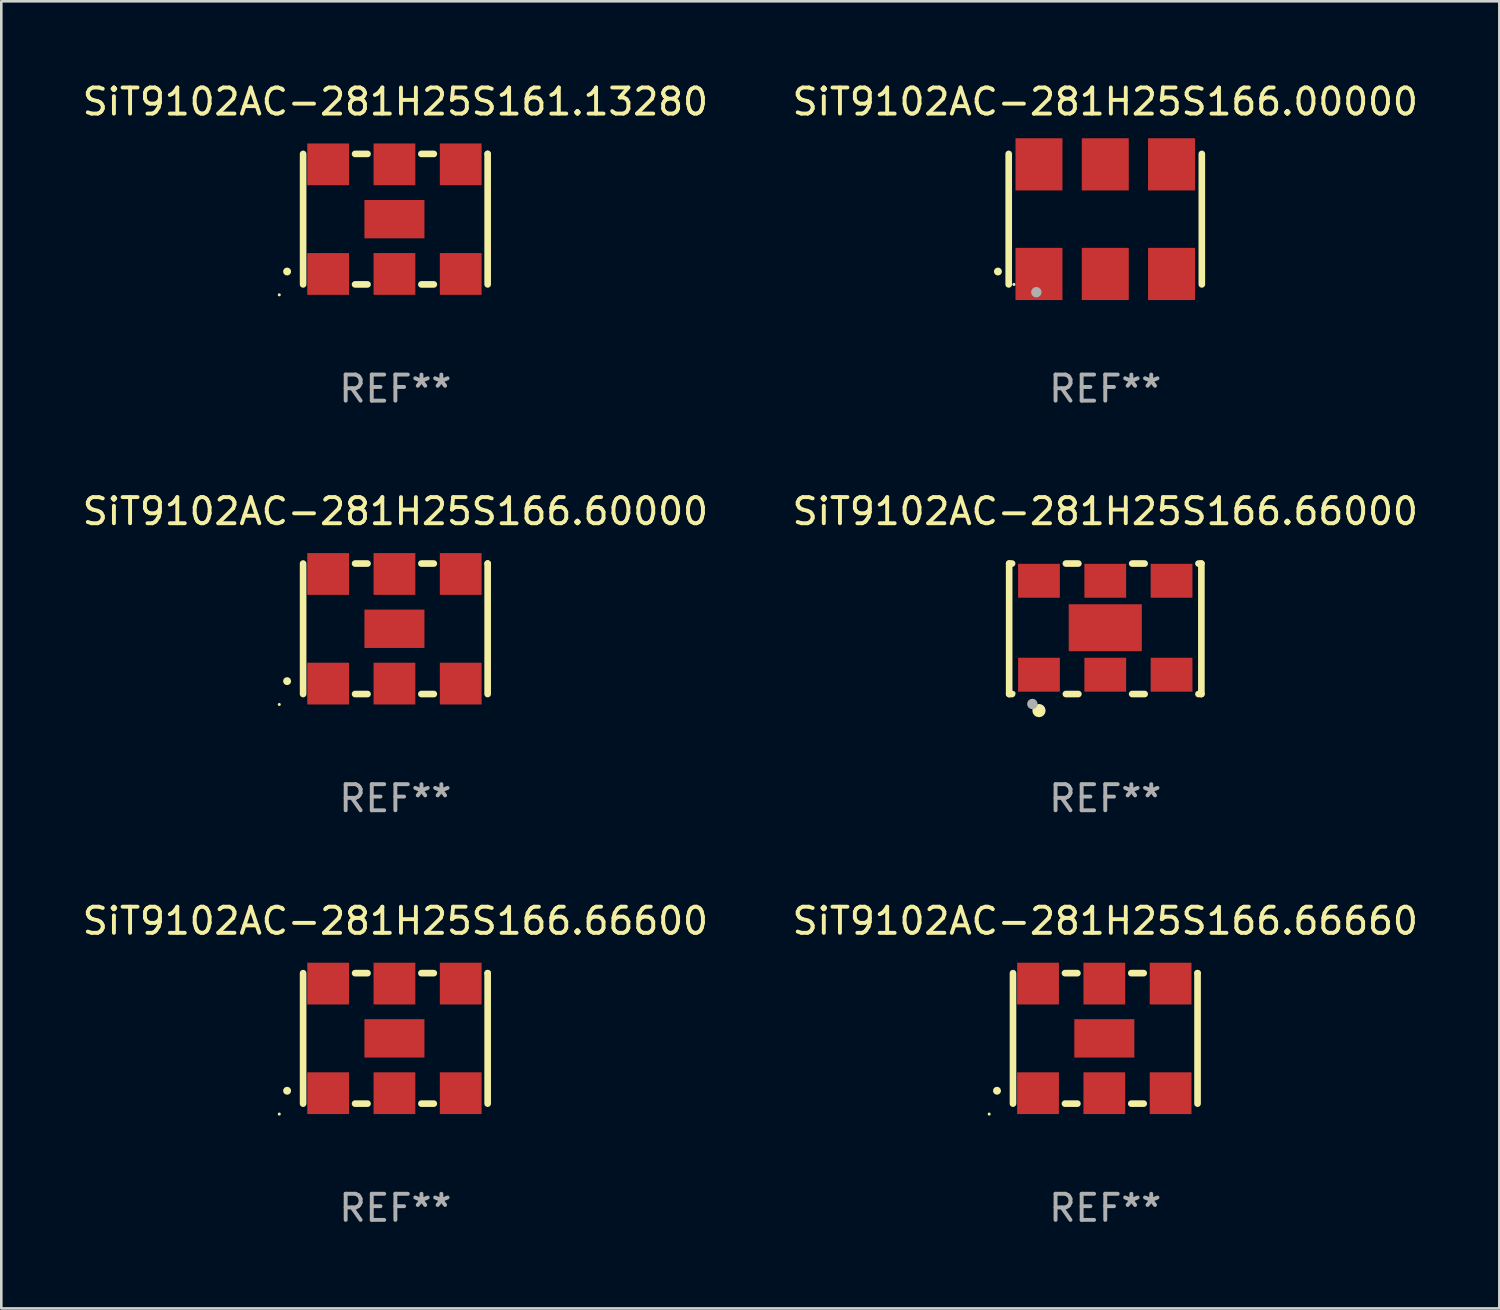
<source format=kicad_pcb>
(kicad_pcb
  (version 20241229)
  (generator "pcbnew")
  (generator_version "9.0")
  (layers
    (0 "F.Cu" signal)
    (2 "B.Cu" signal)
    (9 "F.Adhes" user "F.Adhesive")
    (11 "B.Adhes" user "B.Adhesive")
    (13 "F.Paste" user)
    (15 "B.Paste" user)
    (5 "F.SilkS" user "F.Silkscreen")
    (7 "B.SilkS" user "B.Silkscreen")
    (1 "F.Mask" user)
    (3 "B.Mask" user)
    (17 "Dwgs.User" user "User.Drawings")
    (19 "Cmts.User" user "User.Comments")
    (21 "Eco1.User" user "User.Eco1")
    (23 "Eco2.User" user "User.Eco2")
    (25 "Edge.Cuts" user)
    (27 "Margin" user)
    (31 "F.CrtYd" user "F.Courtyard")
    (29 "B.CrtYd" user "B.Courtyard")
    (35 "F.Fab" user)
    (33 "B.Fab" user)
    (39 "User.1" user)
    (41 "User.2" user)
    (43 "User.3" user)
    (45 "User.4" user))
  (footprint "SiT9102AC-281H25S166.66600"
    (layer "F.Cu")
    (at 12.101 36.741)
    (property "Reference" "SiT9102AC-281H25S166.66600" (at 0 -4.5 0) (layer "F.SilkS") (effects (font (size 1 1) (thickness 0.15))))
    (attr through_hole)
    (fp_line (start -3.536 -2.5) (end -3.536 2.5) (stroke (width 0.254) (type solid)) (layer "F.SilkS"))
    (fp_line (start -1.544 2.5) (end -1.067 2.5) (stroke (width 0.254) (type solid)) (layer "F.SilkS"))
    (fp_line (start -1.067 -2.5) (end -1.544 -2.5) (stroke (width 0.254) (type solid)) (layer "F.SilkS"))
    (fp_line (start 0.996 2.5) (end 1.473 2.5) (stroke (width 0.254) (type solid)) (layer "F.SilkS"))
    (fp_line (start 1.473 -2.5) (end 0.996 -2.5) (stroke (width 0.254) (type solid)) (layer "F.SilkS"))
    (fp_line (start 3.536 -2.5) (end 3.536 -2.5) (stroke (width 0.254) (type solid)) (layer "F.SilkS"))
    (fp_line (start 3.536 2.5) (end 3.536 -2.5) (stroke (width 0.254) (type solid)) (layer "F.SilkS"))
    (fp_arc (start -4.150432 2.006604) (mid -4.149162 2.006599) (end -4.147892 2.006604) (stroke (width 0.3) (type solid)) (layer "F.SilkS"))
    (fp_circle (center -4.449 2.9) (end -4.419 2.9) (stroke (width 0.06) (type solid)) (fill no) (layer "F.SilkS"))
    (fp_text user "REF**" (at 0 6.5 0) (layer "F.Fab") (effects (font (size 1 1) (thickness 0.15))))
    (pad "1" smd rect (at -2.576 2.1) (size 1.6 1.6) (layers "F.Cu" "F.Mask" "F.Paste"))
    (pad "2" smd rect (at -0.036 2.1) (size 1.6 1.6) (layers "F.Cu" "F.Mask" "F.Paste"))
    (pad "3" smd rect (at 2.504 2.1) (size 1.6 1.6) (layers "F.Cu" "F.Mask" "F.Paste"))
    (pad "4" smd rect (at 2.504 -2.1) (size 1.6 1.6) (layers "F.Cu" "F.Mask" "F.Paste"))
    (pad "5" smd rect (at -0.036 -2.1) (size 1.6 1.6) (layers "F.Cu" "F.Mask" "F.Paste"))
    (pad "6" smd rect (at -2.576 -2.1) (size 1.6 1.6) (layers "F.Cu" "F.Mask" "F.Paste"))
    (pad "7" smd rect (at -0.036 0) (size 2.3 1.47) (layers "F.Cu" "F.Mask" "F.Paste")))
  (footprint "SiT9102AC-281H25S166.00000"
    (layer "F.Cu")
    (at 39.304 5.348)
    (property "Reference" "SiT9102AC-281H25S166.00000" (at 0 -4.5 0) (layer "F.SilkS") (effects (font (size 1 1) (thickness 0.15))))
    (attr through_hole)
    (fp_line (start -3.7 -2.5) (end -3.7 2.5) (stroke (width 0.254) (type solid)) (layer "F.SilkS"))
    (fp_line (start 3.7 -2.5) (end 3.7 2.5) (stroke (width 0.254) (type solid)) (layer "F.SilkS"))
    (fp_arc (start -4.114415 2.006604) (mid -4.113145 2.006599) (end -4.111875 2.006604) (stroke (width 0.3) (type solid)) (layer "F.SilkS"))
    (fp_circle (center -3.5 2.501) (end -3.47 2.501) (stroke (width 0.06) (type solid)) (fill no) (layer "F.SilkS"))
    (fp_circle (center -2.641 2.799) (end -2.541 2.799) (stroke (width 0.2) (type solid)) (fill no) (layer "F.Fab"))
    (fp_text user "REF**" (at 0 6.5 0) (layer "F.Fab") (effects (font (size 1 1) (thickness 0.15))))
    (pad "1" smd rect (at -2.54 2.1) (size 1.8 2) (layers "F.Cu" "F.Mask" "F.Paste"))
    (pad "2" smd rect (at 0.000394 2.1) (size 1.8 2) (layers "F.Cu" "F.Mask" "F.Paste"))
    (pad "3" smd rect (at 2.54 2.1) (size 1.8 2) (layers "F.Cu" "F.Mask" "F.Paste"))
    (pad "4" smd rect (at 2.54 -2.1) (size 1.8 2) (layers "F.Cu" "F.Mask" "F.Paste"))
    (pad "5" smd rect (at 0.000394 -2.1) (size 1.8 2) (layers "F.Cu" "F.Mask" "F.Paste"))
    (pad "6" smd rect (at -2.54 -2.1) (size 1.8 2) (layers "F.Cu" "F.Mask" "F.Paste")))
  (footprint "SiT9102AC-281H25S166.66000"
    (layer "F.Cu")
    (at 39.304 21.045)
    (property "Reference" "SiT9102AC-281H25S166.66000" (at 0 -4.5 0) (layer "F.SilkS") (effects (font (size 1 1) (thickness 0.15))))
    (attr through_hole)
    (fp_line (start -3.683 -2.5) (end -3.571 -2.5) (stroke (width 0.254) (type solid)) (layer "F.SilkS"))
    (fp_line (start -3.683 2.5) (end -3.683 -2.5) (stroke (width 0.254) (type solid)) (layer "F.SilkS"))
    (fp_line (start -3.683 2.5) (end -3.571 2.5) (stroke (width 0.254) (type solid)) (layer "F.SilkS"))
    (fp_line (start -1.509 -2.5) (end -1.031 -2.5) (stroke (width 0.254) (type solid)) (layer "F.SilkS"))
    (fp_line (start -1.509 2.5) (end -1.031 2.5) (stroke (width 0.254) (type solid)) (layer "F.SilkS"))
    (fp_line (start 1.031 -2.5) (end 1.509 -2.5) (stroke (width 0.254) (type solid)) (layer "F.SilkS"))
    (fp_line (start 1.031 2.5) (end 1.509 2.5) (stroke (width 0.254) (type solid)) (layer "F.SilkS"))
    (fp_line (start 3.571 -2.5) (end 3.683 -2.5) (stroke (width 0.254) (type solid)) (layer "F.SilkS"))
    (fp_line (start 3.571 2.5) (end 3.683 2.5) (stroke (width 0.254) (type solid)) (layer "F.SilkS"))
    (fp_line (start 3.683 2.5) (end 3.683 -2.5) (stroke (width 0.254) (type solid)) (layer "F.SilkS"))
    (fp_circle (center -3.5 2.46) (end -3.47 2.46) (stroke (width 0.06) (type solid)) (fill no) (layer "F.SilkS"))
    (fp_circle (center -2.54 3.135) (end -2.413 3.135) (stroke (width 0.254) (type solid)) (fill no) (layer "F.SilkS"))
    (fp_circle (center -2.794 2.881) (end -2.694 2.881) (stroke (width 0.2) (type solid)) (fill no) (layer "F.Fab"))
    (fp_text user "REF**" (at 0 6.5 0) (layer "F.Fab") (effects (font (size 1 1) (thickness 0.15))))
    (pad "1" smd rect (at -2.54 1.76) (size 1.6 1.3) (layers "F.Cu" "F.Mask" "F.Paste"))
    (pad "2" smd rect (at 0 1.76) (size 1.6 1.3) (layers "F.Cu" "F.Mask" "F.Paste"))
    (pad "3" smd rect (at 2.54 1.76) (size 1.6 1.3) (layers "F.Cu" "F.Mask" "F.Paste"))
    (pad "4" smd rect (at 2.54 -1.84) (size 1.6 1.3) (layers "F.Cu" "F.Mask" "F.Paste"))
    (pad "5" smd rect (at 0 -1.84) (size 1.6 1.3) (layers "F.Cu" "F.Mask" "F.Paste"))
    (pad "6" smd rect (at -2.54 -1.84) (size 1.6 1.3) (layers "F.Cu" "F.Mask" "F.Paste"))
    (pad "7" smd rect (at 0 -0.04) (size 2.8 1.8) (layers "F.Cu" "F.Mask" "F.Paste")))
  (footprint "SiT9102AC-281H25S161.13280"
    (layer "F.Cu")
    (at 12.101 5.348)
    (property "Reference" "SiT9102AC-281H25S161.13280" (at 0 -4.5 0) (layer "F.SilkS") (effects (font (size 1 1) (thickness 0.15))))
    (attr through_hole)
    (fp_line (start -3.536 -2.5) (end -3.536 2.5) (stroke (width 0.254) (type solid)) (layer "F.SilkS"))
    (fp_line (start -1.544 2.5) (end -1.067 2.5) (stroke (width 0.254) (type solid)) (layer "F.SilkS"))
    (fp_line (start -1.067 -2.5) (end -1.544 -2.5) (stroke (width 0.254) (type solid)) (layer "F.SilkS"))
    (fp_line (start 0.996 2.5) (end 1.473 2.5) (stroke (width 0.254) (type solid)) (layer "F.SilkS"))
    (fp_line (start 1.473 -2.5) (end 0.996 -2.5) (stroke (width 0.254) (type solid)) (layer "F.SilkS"))
    (fp_line (start 3.536 -2.5) (end 3.536 -2.5) (stroke (width 0.254) (type solid)) (layer "F.SilkS"))
    (fp_line (start 3.536 2.5) (end 3.536 -2.5) (stroke (width 0.254) (type solid)) (layer "F.SilkS"))
    (fp_arc (start -4.150432 2.006604) (mid -4.149162 2.006599) (end -4.147892 2.006604) (stroke (width 0.3) (type solid)) (layer "F.SilkS"))
    (fp_circle (center -4.449 2.9) (end -4.419 2.9) (stroke (width 0.06) (type solid)) (fill no) (layer "F.SilkS"))
    (fp_text user "REF**" (at 0 6.5 0) (layer "F.Fab") (effects (font (size 1 1) (thickness 0.15))))
    (pad "1" smd rect (at -2.576 2.1) (size 1.6 1.6) (layers "F.Cu" "F.Mask" "F.Paste"))
    (pad "2" smd rect (at -0.036 2.1) (size 1.6 1.6) (layers "F.Cu" "F.Mask" "F.Paste"))
    (pad "3" smd rect (at 2.504 2.1) (size 1.6 1.6) (layers "F.Cu" "F.Mask" "F.Paste"))
    (pad "4" smd rect (at 2.504 -2.1) (size 1.6 1.6) (layers "F.Cu" "F.Mask" "F.Paste"))
    (pad "5" smd rect (at -0.036 -2.1) (size 1.6 1.6) (layers "F.Cu" "F.Mask" "F.Paste"))
    (pad "6" smd rect (at -2.576 -2.1) (size 1.6 1.6) (layers "F.Cu" "F.Mask" "F.Paste"))
    (pad "7" smd rect (at -0.036 0) (size 2.3 1.47) (layers "F.Cu" "F.Mask" "F.Paste")))
  (footprint "SiT9102AC-281H25S166.60000"
    (layer "F.Cu")
    (at 12.101 21.045)
    (property "Reference" "SiT9102AC-281H25S166.60000" (at 0 -4.5 0) (layer "F.SilkS") (effects (font (size 1 1) (thickness 0.15))))
    (attr through_hole)
    (fp_line (start -3.536 -2.5) (end -3.536 2.5) (stroke (width 0.254) (type solid)) (layer "F.SilkS"))
    (fp_line (start -1.544 2.5) (end -1.067 2.5) (stroke (width 0.254) (type solid)) (layer "F.SilkS"))
    (fp_line (start -1.067 -2.5) (end -1.544 -2.5) (stroke (width 0.254) (type solid)) (layer "F.SilkS"))
    (fp_line (start 0.996 2.5) (end 1.473 2.5) (stroke (width 0.254) (type solid)) (layer "F.SilkS"))
    (fp_line (start 1.473 -2.5) (end 0.996 -2.5) (stroke (width 0.254) (type solid)) (layer "F.SilkS"))
    (fp_line (start 3.536 -2.5) (end 3.536 -2.5) (stroke (width 0.254) (type solid)) (layer "F.SilkS"))
    (fp_line (start 3.536 2.5) (end 3.536 -2.5) (stroke (width 0.254) (type solid)) (layer "F.SilkS"))
    (fp_arc (start -4.150432 2.006604) (mid -4.149162 2.006599) (end -4.147892 2.006604) (stroke (width 0.3) (type solid)) (layer "F.SilkS"))
    (fp_circle (center -4.449 2.9) (end -4.419 2.9) (stroke (width 0.06) (type solid)) (fill no) (layer "F.SilkS"))
    (fp_text user "REF**" (at 0 6.5 0) (layer "F.Fab") (effects (font (size 1 1) (thickness 0.15))))
    (pad "1" smd rect (at -2.576 2.1) (size 1.6 1.6) (layers "F.Cu" "F.Mask" "F.Paste"))
    (pad "2" smd rect (at -0.036 2.1) (size 1.6 1.6) (layers "F.Cu" "F.Mask" "F.Paste"))
    (pad "3" smd rect (at 2.504 2.1) (size 1.6 1.6) (layers "F.Cu" "F.Mask" "F.Paste"))
    (pad "4" smd rect (at 2.504 -2.1) (size 1.6 1.6) (layers "F.Cu" "F.Mask" "F.Paste"))
    (pad "5" smd rect (at -0.036 -2.1) (size 1.6 1.6) (layers "F.Cu" "F.Mask" "F.Paste"))
    (pad "6" smd rect (at -2.576 -2.1) (size 1.6 1.6) (layers "F.Cu" "F.Mask" "F.Paste"))
    (pad "7" smd rect (at -0.036 0) (size 2.3 1.47) (layers "F.Cu" "F.Mask" "F.Paste")))
  (footprint "SiT9102AC-281H25S166.66660"
    (layer "F.Cu")
    (at 39.304 36.741)
    (property "Reference" "SiT9102AC-281H25S166.66660" (at 0 -4.5 0) (layer "F.SilkS") (effects (font (size 1 1) (thickness 0.15))))
    (attr through_hole)
    (fp_line (start -3.536 -2.5) (end -3.536 2.5) (stroke (width 0.254) (type solid)) (layer "F.SilkS"))
    (fp_line (start -1.544 2.5) (end -1.067 2.5) (stroke (width 0.254) (type solid)) (layer "F.SilkS"))
    (fp_line (start -1.067 -2.5) (end -1.544 -2.5) (stroke (width 0.254) (type solid)) (layer "F.SilkS"))
    (fp_line (start 0.996 2.5) (end 1.473 2.5) (stroke (width 0.254) (type solid)) (layer "F.SilkS"))
    (fp_line (start 1.473 -2.5) (end 0.996 -2.5) (stroke (width 0.254) (type solid)) (layer "F.SilkS"))
    (fp_line (start 3.536 -2.5) (end 3.536 -2.5) (stroke (width 0.254) (type solid)) (layer "F.SilkS"))
    (fp_line (start 3.536 2.5) (end 3.536 -2.5) (stroke (width 0.254) (type solid)) (layer "F.SilkS"))
    (fp_arc (start -4.150432 2.006604) (mid -4.149162 2.006599) (end -4.147892 2.006604) (stroke (width 0.3) (type solid)) (layer "F.SilkS"))
    (fp_circle (center -4.449 2.9) (end -4.419 2.9) (stroke (width 0.06) (type solid)) (fill no) (layer "F.SilkS"))
    (fp_text user "REF**" (at 0 6.5 0) (layer "F.Fab") (effects (font (size 1 1) (thickness 0.15))))
    (pad "1" smd rect (at -2.576 2.1) (size 1.6 1.6) (layers "F.Cu" "F.Mask" "F.Paste"))
    (pad "2" smd rect (at -0.036 2.1) (size 1.6 1.6) (layers "F.Cu" "F.Mask" "F.Paste"))
    (pad "3" smd rect (at 2.504 2.1) (size 1.6 1.6) (layers "F.Cu" "F.Mask" "F.Paste"))
    (pad "4" smd rect (at 2.504 -2.1) (size 1.6 1.6) (layers "F.Cu" "F.Mask" "F.Paste"))
    (pad "5" smd rect (at -0.036 -2.1) (size 1.6 1.6) (layers "F.Cu" "F.Mask" "F.Paste"))
    (pad "6" smd rect (at -2.576 -2.1) (size 1.6 1.6) (layers "F.Cu" "F.Mask" "F.Paste"))
    (pad "7" smd rect (at -0.036 0) (size 2.3 1.47) (layers "F.Cu" "F.Mask" "F.Paste")))
  (gr_rect
    (start -3 -3)
    (end 54.405 47.09)
    (stroke (width 0.1) (type default))
    (fill no)
    (layer "Edge.Cuts")))
</source>
